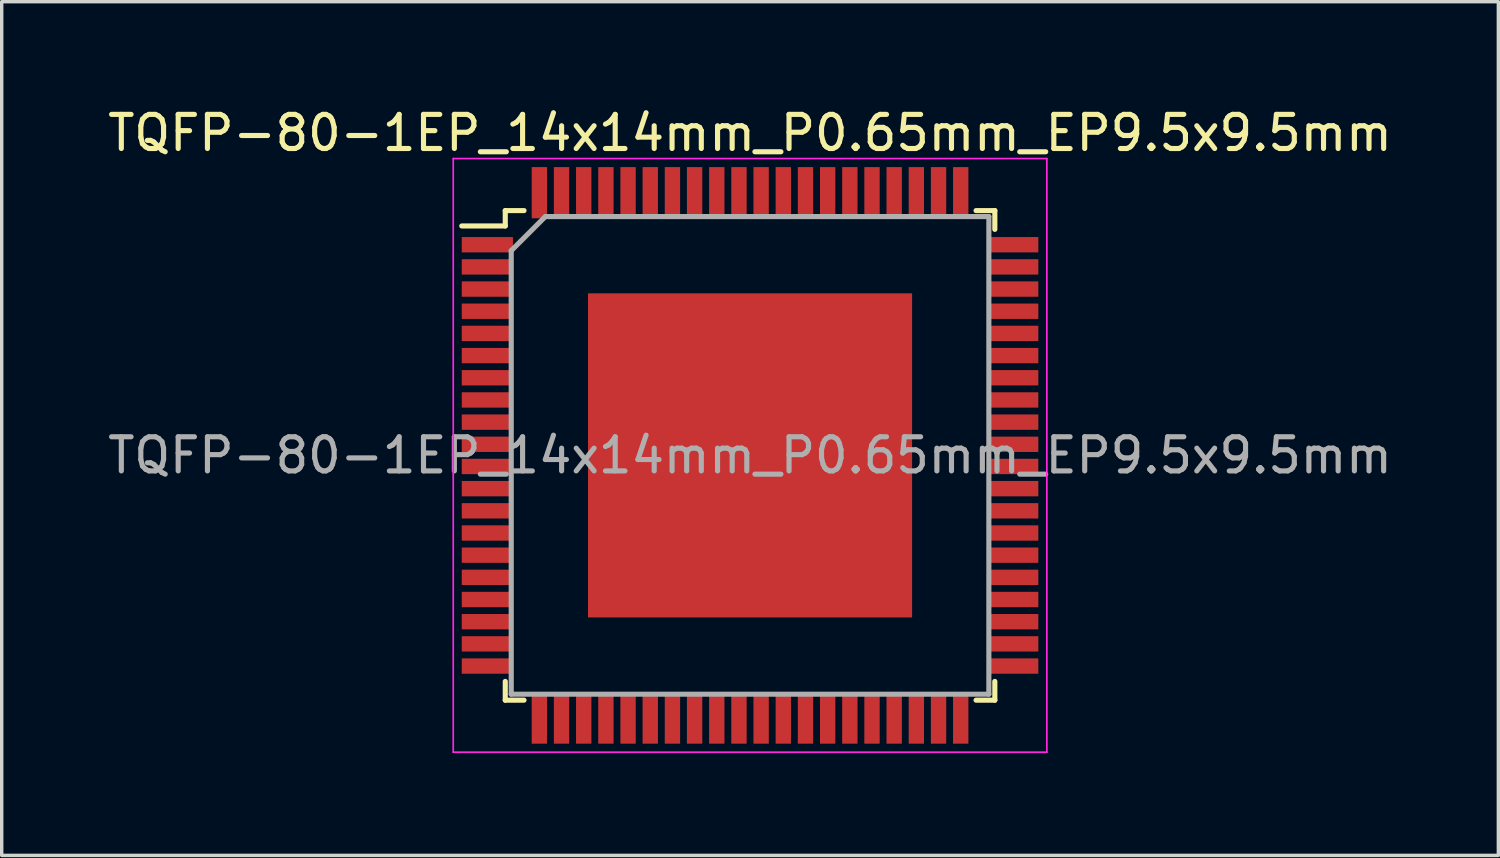
<source format=kicad_pcb>
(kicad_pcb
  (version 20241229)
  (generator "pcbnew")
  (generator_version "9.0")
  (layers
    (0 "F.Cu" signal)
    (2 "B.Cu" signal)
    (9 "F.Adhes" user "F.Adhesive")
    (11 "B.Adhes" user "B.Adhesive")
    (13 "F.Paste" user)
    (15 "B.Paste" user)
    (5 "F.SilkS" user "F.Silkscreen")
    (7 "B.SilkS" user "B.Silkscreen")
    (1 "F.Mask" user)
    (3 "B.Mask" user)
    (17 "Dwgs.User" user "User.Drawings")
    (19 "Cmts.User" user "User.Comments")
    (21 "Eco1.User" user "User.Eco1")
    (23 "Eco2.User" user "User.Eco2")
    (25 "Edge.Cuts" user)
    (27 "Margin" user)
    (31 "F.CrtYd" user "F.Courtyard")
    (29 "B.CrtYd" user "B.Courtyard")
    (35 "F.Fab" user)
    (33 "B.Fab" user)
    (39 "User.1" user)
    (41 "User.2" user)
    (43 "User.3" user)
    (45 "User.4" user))
  (footprint "TQFP-80-1EP_14x14mm_P0.65mm_EP9.5x9.5mm"
    (layer "F.Cu")
    (at 18.935 10.298)
    (property "Reference" "TQFP-80-1EP_14x14mm_P0.65mm_EP9.5x9.5mm" (at 0 -9.45 0) (layer "F.SilkS") (effects (font (size 1 1) (thickness 0.15))))
    (attr smd)
    (fp_line (start -7.175 -7.175) (end -7.175 -6.725) (stroke (width 0.15) (type solid)) (layer "F.SilkS"))
    (fp_line (start -7.175 -7.175) (end -6.625 -7.175) (stroke (width 0.15) (type solid)) (layer "F.SilkS"))
    (fp_line (start -7.175 -6.725) (end -8.45 -6.725) (stroke (width 0.15) (type solid)) (layer "F.SilkS"))
    (fp_line (start -7.175 7.175) (end -7.175 6.625) (stroke (width 0.15) (type solid)) (layer "F.SilkS"))
    (fp_line (start -7.175 7.175) (end -6.625 7.175) (stroke (width 0.15) (type solid)) (layer "F.SilkS"))
    (fp_line (start 7.175 -7.175) (end 6.625 -7.175) (stroke (width 0.15) (type solid)) (layer "F.SilkS"))
    (fp_line (start 7.175 -7.175) (end 7.175 -6.625) (stroke (width 0.15) (type solid)) (layer "F.SilkS"))
    (fp_line (start 7.175 7.175) (end 6.625 7.175) (stroke (width 0.15) (type solid)) (layer "F.SilkS"))
    (fp_line (start 7.175 7.175) (end 7.175 6.625) (stroke (width 0.15) (type solid)) (layer "F.SilkS"))
    (fp_line (start -8.7 -8.7) (end -8.7 8.7) (stroke (width 0.05) (type solid)) (layer "F.CrtYd"))
    (fp_line (start -8.7 -8.7) (end 8.7 -8.7) (stroke (width 0.05) (type solid)) (layer "F.CrtYd"))
    (fp_line (start -8.7 8.7) (end 8.7 8.7) (stroke (width 0.05) (type solid)) (layer "F.CrtYd"))
    (fp_line (start 8.7 -8.7) (end 8.7 8.7) (stroke (width 0.05) (type solid)) (layer "F.CrtYd"))
    (fp_line (start -7 -6) (end -6 -7) (stroke (width 0.15) (type solid)) (layer "F.Fab"))
    (fp_line (start -7 7) (end -7 -6) (stroke (width 0.15) (type solid)) (layer "F.Fab"))
    (fp_line (start -6 -7) (end 7 -7) (stroke (width 0.15) (type solid)) (layer "F.Fab"))
    (fp_line (start 7 -7) (end 7 7) (stroke (width 0.15) (type solid)) (layer "F.Fab"))
    (fp_line (start 7 7) (end -7 7) (stroke (width 0.15) (type solid)) (layer "F.Fab"))
    (fp_text user "${REFERENCE}" (at 0 0 0) (layer "F.Fab") (effects (font (size 1 1) (thickness 0.15))))
    (pad "" smd rect (at -2.375 -2.375) (size 3.8 3.8) (layers "F.Paste"))
    (pad "" smd rect (at -2.375 2.375) (size 3.8 3.8) (layers "F.Paste"))
    (pad "" smd rect (at 2.375 -2.375) (size 3.8 3.8) (layers "F.Paste"))
    (pad "" smd rect (at 2.375 2.375) (size 3.8 3.8) (layers "F.Paste"))
    (pad "1" smd rect (at -7.7 -6.175) (size 1.5 0.45) (layers "F.Cu" "F.Mask" "F.Paste"))
    (pad "2" smd rect (at -7.7 -5.525) (size 1.5 0.45) (layers "F.Cu" "F.Mask" "F.Paste"))
    (pad "3" smd rect (at -7.7 -4.875) (size 1.5 0.45) (layers "F.Cu" "F.Mask" "F.Paste"))
    (pad "4" smd rect (at -7.7 -4.225) (size 1.5 0.45) (layers "F.Cu" "F.Mask" "F.Paste"))
    (pad "5" smd rect (at -7.7 -3.575) (size 1.5 0.45) (layers "F.Cu" "F.Mask" "F.Paste"))
    (pad "6" smd rect (at -7.7 -2.925) (size 1.5 0.45) (layers "F.Cu" "F.Mask" "F.Paste"))
    (pad "7" smd rect (at -7.7 -2.275) (size 1.5 0.45) (layers "F.Cu" "F.Mask" "F.Paste"))
    (pad "8" smd rect (at -7.7 -1.625) (size 1.5 0.45) (layers "F.Cu" "F.Mask" "F.Paste"))
    (pad "9" smd rect (at -7.7 -0.975) (size 1.5 0.45) (layers "F.Cu" "F.Mask" "F.Paste"))
    (pad "10" smd rect (at -7.7 -0.325) (size 1.5 0.45) (layers "F.Cu" "F.Mask" "F.Paste"))
    (pad "11" smd rect (at -7.7 0.325) (size 1.5 0.45) (layers "F.Cu" "F.Mask" "F.Paste"))
    (pad "12" smd rect (at -7.7 0.975) (size 1.5 0.45) (layers "F.Cu" "F.Mask" "F.Paste"))
    (pad "13" smd rect (at -7.7 1.625) (size 1.5 0.45) (layers "F.Cu" "F.Mask" "F.Paste"))
    (pad "14" smd rect (at -7.7 2.275) (size 1.5 0.45) (layers "F.Cu" "F.Mask" "F.Paste"))
    (pad "15" smd rect (at -7.7 2.925) (size 1.5 0.45) (layers "F.Cu" "F.Mask" "F.Paste"))
    (pad "16" smd rect (at -7.7 3.575) (size 1.5 0.45) (layers "F.Cu" "F.Mask" "F.Paste"))
    (pad "17" smd rect (at -7.7 4.225) (size 1.5 0.45) (layers "F.Cu" "F.Mask" "F.Paste"))
    (pad "18" smd rect (at -7.7 4.875) (size 1.5 0.45) (layers "F.Cu" "F.Mask" "F.Paste"))
    (pad "19" smd rect (at -7.7 5.525) (size 1.5 0.45) (layers "F.Cu" "F.Mask" "F.Paste"))
    (pad "20" smd rect (at -7.7 6.175) (size 1.5 0.45) (layers "F.Cu" "F.Mask" "F.Paste"))
    (pad "21" smd rect (at -6.175 7.7 90) (size 1.5 0.45) (layers "F.Cu" "F.Mask" "F.Paste"))
    (pad "22" smd rect (at -5.525 7.7 90) (size 1.5 0.45) (layers "F.Cu" "F.Mask" "F.Paste"))
    (pad "23" smd rect (at -4.875 7.7 90) (size 1.5 0.45) (layers "F.Cu" "F.Mask" "F.Paste"))
    (pad "24" smd rect (at -4.225 7.7 90) (size 1.5 0.45) (layers "F.Cu" "F.Mask" "F.Paste"))
    (pad "25" smd rect (at -3.575 7.7 90) (size 1.5 0.45) (layers "F.Cu" "F.Mask" "F.Paste"))
    (pad "26" smd rect (at -2.925 7.7 90) (size 1.5 0.45) (layers "F.Cu" "F.Mask" "F.Paste"))
    (pad "27" smd rect (at -2.275 7.7 90) (size 1.5 0.45) (layers "F.Cu" "F.Mask" "F.Paste"))
    (pad "28" smd rect (at -1.625 7.7 90) (size 1.5 0.45) (layers "F.Cu" "F.Mask" "F.Paste"))
    (pad "29" smd rect (at -0.975 7.7 90) (size 1.5 0.45) (layers "F.Cu" "F.Mask" "F.Paste"))
    (pad "30" smd rect (at -0.325 7.7 90) (size 1.5 0.45) (layers "F.Cu" "F.Mask" "F.Paste"))
    (pad "31" smd rect (at 0.325 7.7 90) (size 1.5 0.45) (layers "F.Cu" "F.Mask" "F.Paste"))
    (pad "32" smd rect (at 0.975 7.7 90) (size 1.5 0.45) (layers "F.Cu" "F.Mask" "F.Paste"))
    (pad "33" smd rect (at 1.625 7.7 90) (size 1.5 0.45) (layers "F.Cu" "F.Mask" "F.Paste"))
    (pad "34" smd rect (at 2.275 7.7 90) (size 1.5 0.45) (layers "F.Cu" "F.Mask" "F.Paste"))
    (pad "35" smd rect (at 2.925 7.7 90) (size 1.5 0.45) (layers "F.Cu" "F.Mask" "F.Paste"))
    (pad "36" smd rect (at 3.575 7.7 90) (size 1.5 0.45) (layers "F.Cu" "F.Mask" "F.Paste"))
    (pad "37" smd rect (at 4.225 7.7 90) (size 1.5 0.45) (layers "F.Cu" "F.Mask" "F.Paste"))
    (pad "38" smd rect (at 4.875 7.7 90) (size 1.5 0.45) (layers "F.Cu" "F.Mask" "F.Paste"))
    (pad "39" smd rect (at 5.525 7.7 90) (size 1.5 0.45) (layers "F.Cu" "F.Mask" "F.Paste"))
    (pad "40" smd rect (at 6.175 7.7 90) (size 1.5 0.45) (layers "F.Cu" "F.Mask" "F.Paste"))
    (pad "41" smd rect (at 7.7 6.175) (size 1.5 0.45) (layers "F.Cu" "F.Mask" "F.Paste"))
    (pad "42" smd rect (at 7.7 5.525) (size 1.5 0.45) (layers "F.Cu" "F.Mask" "F.Paste"))
    (pad "43" smd rect (at 7.7 4.875) (size 1.5 0.45) (layers "F.Cu" "F.Mask" "F.Paste"))
    (pad "44" smd rect (at 7.7 4.225) (size 1.5 0.45) (layers "F.Cu" "F.Mask" "F.Paste"))
    (pad "45" smd rect (at 7.7 3.575) (size 1.5 0.45) (layers "F.Cu" "F.Mask" "F.Paste"))
    (pad "46" smd rect (at 7.7 2.925) (size 1.5 0.45) (layers "F.Cu" "F.Mask" "F.Paste"))
    (pad "47" smd rect (at 7.7 2.275) (size 1.5 0.45) (layers "F.Cu" "F.Mask" "F.Paste"))
    (pad "48" smd rect (at 7.7 1.625) (size 1.5 0.45) (layers "F.Cu" "F.Mask" "F.Paste"))
    (pad "49" smd rect (at 7.7 0.975) (size 1.5 0.45) (layers "F.Cu" "F.Mask" "F.Paste"))
    (pad "50" smd rect (at 7.7 0.325) (size 1.5 0.45) (layers "F.Cu" "F.Mask" "F.Paste"))
    (pad "51" smd rect (at 7.7 -0.325) (size 1.5 0.45) (layers "F.Cu" "F.Mask" "F.Paste"))
    (pad "52" smd rect (at 7.7 -0.975) (size 1.5 0.45) (layers "F.Cu" "F.Mask" "F.Paste"))
    (pad "53" smd rect (at 7.7 -1.625) (size 1.5 0.45) (layers "F.Cu" "F.Mask" "F.Paste"))
    (pad "54" smd rect (at 7.7 -2.275) (size 1.5 0.45) (layers "F.Cu" "F.Mask" "F.Paste"))
    (pad "55" smd rect (at 7.7 -2.925) (size 1.5 0.45) (layers "F.Cu" "F.Mask" "F.Paste"))
    (pad "56" smd rect (at 7.7 -3.575) (size 1.5 0.45) (layers "F.Cu" "F.Mask" "F.Paste"))
    (pad "57" smd rect (at 7.7 -4.225) (size 1.5 0.45) (layers "F.Cu" "F.Mask" "F.Paste"))
    (pad "58" smd rect (at 7.7 -4.875) (size 1.5 0.45) (layers "F.Cu" "F.Mask" "F.Paste"))
    (pad "59" smd rect (at 7.7 -5.525) (size 1.5 0.45) (layers "F.Cu" "F.Mask" "F.Paste"))
    (pad "60" smd rect (at 7.7 -6.175) (size 1.5 0.45) (layers "F.Cu" "F.Mask" "F.Paste"))
    (pad "61" smd rect (at 6.175 -7.7 90) (size 1.5 0.45) (layers "F.Cu" "F.Mask" "F.Paste"))
    (pad "62" smd rect (at 5.525 -7.7 90) (size 1.5 0.45) (layers "F.Cu" "F.Mask" "F.Paste"))
    (pad "63" smd rect (at 4.875 -7.7 90) (size 1.5 0.45) (layers "F.Cu" "F.Mask" "F.Paste"))
    (pad "64" smd rect (at 4.225 -7.7 90) (size 1.5 0.45) (layers "F.Cu" "F.Mask" "F.Paste"))
    (pad "65" smd rect (at 3.575 -7.7 90) (size 1.5 0.45) (layers "F.Cu" "F.Mask" "F.Paste"))
    (pad "66" smd rect (at 2.925 -7.7 90) (size 1.5 0.45) (layers "F.Cu" "F.Mask" "F.Paste"))
    (pad "67" smd rect (at 2.275 -7.7 90) (size 1.5 0.45) (layers "F.Cu" "F.Mask" "F.Paste"))
    (pad "68" smd rect (at 1.625 -7.7 90) (size 1.5 0.45) (layers "F.Cu" "F.Mask" "F.Paste"))
    (pad "69" smd rect (at 0.975 -7.7 90) (size 1.5 0.45) (layers "F.Cu" "F.Mask" "F.Paste"))
    (pad "70" smd rect (at 0.325 -7.7 90) (size 1.5 0.45) (layers "F.Cu" "F.Mask" "F.Paste"))
    (pad "71" smd rect (at -0.325 -7.7 90) (size 1.5 0.45) (layers "F.Cu" "F.Mask" "F.Paste"))
    (pad "72" smd rect (at -0.975 -7.7 90) (size 1.5 0.45) (layers "F.Cu" "F.Mask" "F.Paste"))
    (pad "73" smd rect (at -1.625 -7.7 90) (size 1.5 0.45) (layers "F.Cu" "F.Mask" "F.Paste"))
    (pad "74" smd rect (at -2.275 -7.7 90) (size 1.5 0.45) (layers "F.Cu" "F.Mask" "F.Paste"))
    (pad "75" smd rect (at -2.925 -7.7 90) (size 1.5 0.45) (layers "F.Cu" "F.Mask" "F.Paste"))
    (pad "76" smd rect (at -3.575 -7.7 90) (size 1.5 0.45) (layers "F.Cu" "F.Mask" "F.Paste"))
    (pad "77" smd rect (at -4.225 -7.7 90) (size 1.5 0.45) (layers "F.Cu" "F.Mask" "F.Paste"))
    (pad "78" smd rect (at -4.875 -7.7 90) (size 1.5 0.45) (layers "F.Cu" "F.Mask" "F.Paste"))
    (pad "79" smd rect (at -5.525 -7.7 90) (size 1.5 0.45) (layers "F.Cu" "F.Mask" "F.Paste"))
    (pad "80" smd rect (at -6.175 -7.7 90) (size 1.5 0.45) (layers "F.Cu" "F.Mask" "F.Paste"))
    (pad "81" smd rect (at 0 0) (size 9.5 9.5) (layers "F.Cu" "F.Mask")))
  (gr_rect
    (start -3 -3)
    (end 40.869 22.023)
    (stroke (width 0.1) (type default))
    (fill no)
    (layer "Edge.Cuts")))
</source>
